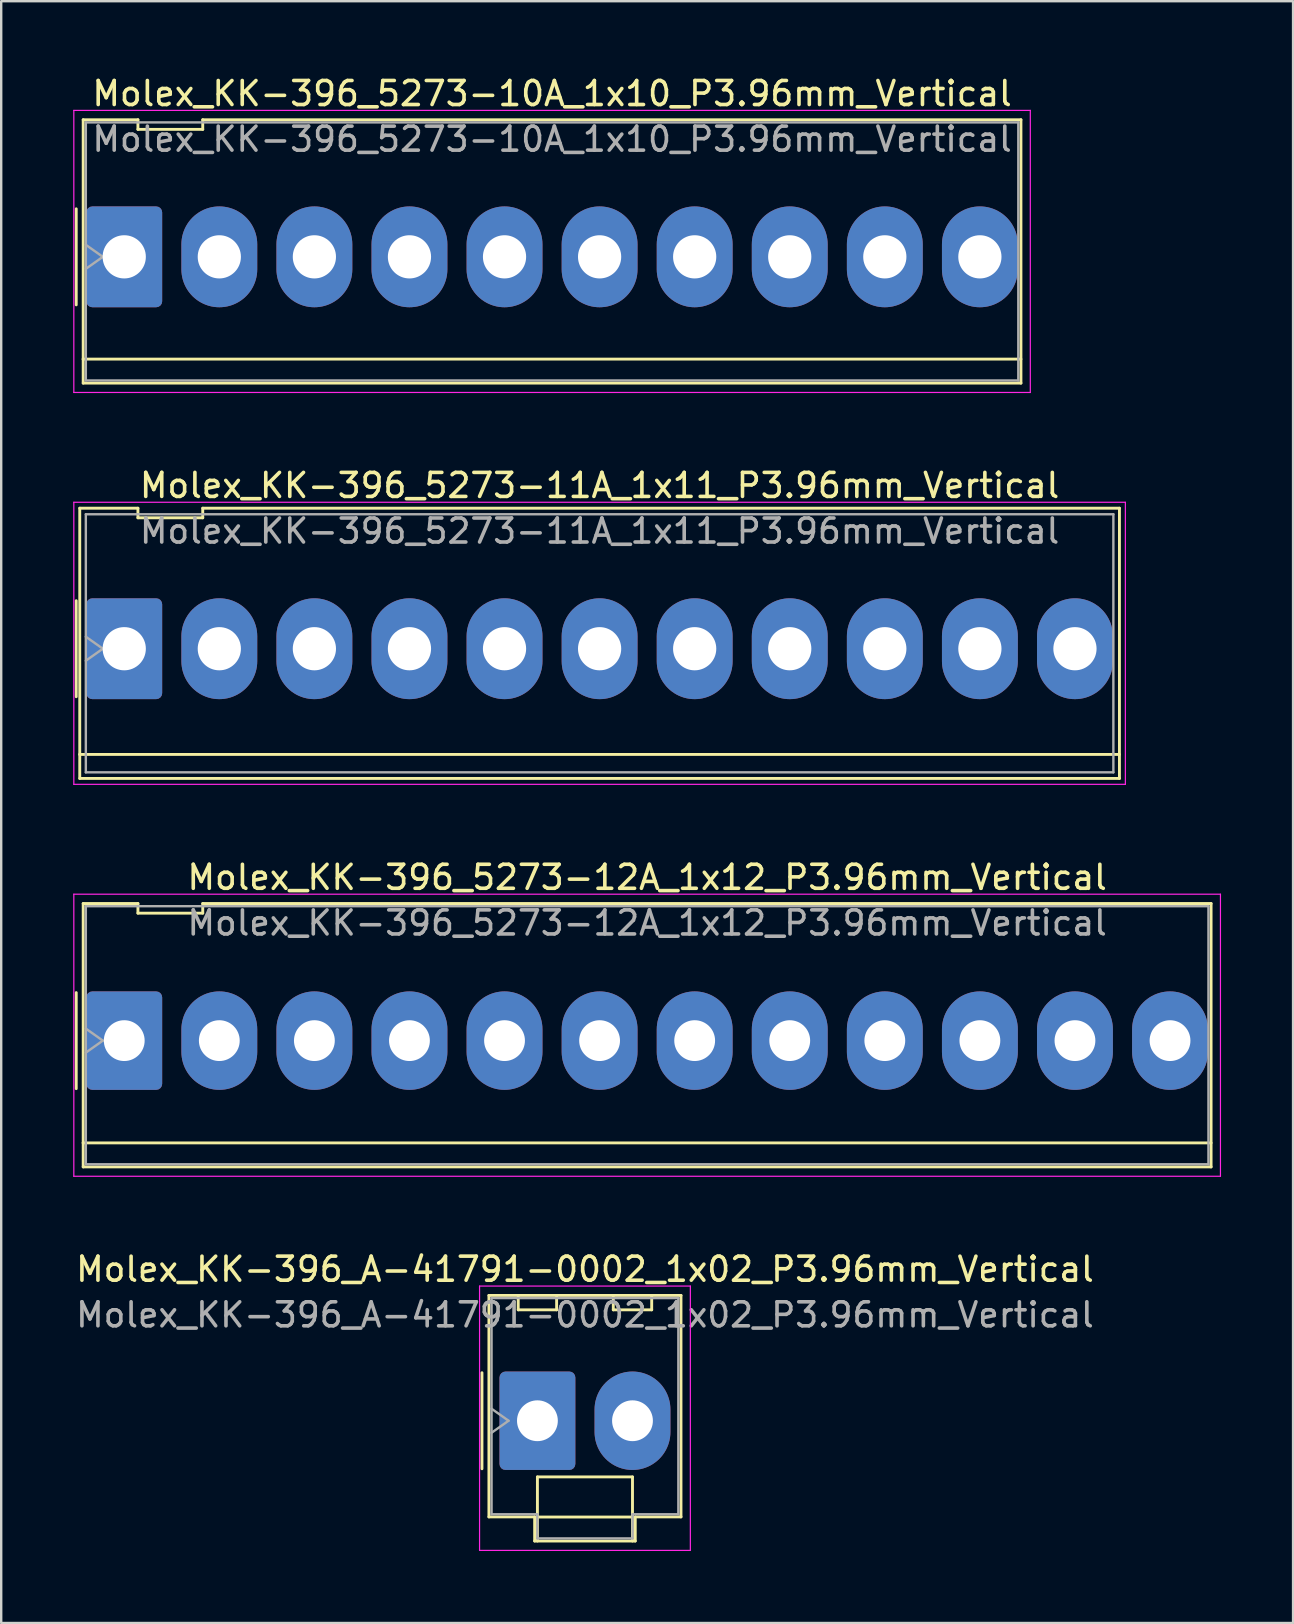
<source format=kicad_pcb>
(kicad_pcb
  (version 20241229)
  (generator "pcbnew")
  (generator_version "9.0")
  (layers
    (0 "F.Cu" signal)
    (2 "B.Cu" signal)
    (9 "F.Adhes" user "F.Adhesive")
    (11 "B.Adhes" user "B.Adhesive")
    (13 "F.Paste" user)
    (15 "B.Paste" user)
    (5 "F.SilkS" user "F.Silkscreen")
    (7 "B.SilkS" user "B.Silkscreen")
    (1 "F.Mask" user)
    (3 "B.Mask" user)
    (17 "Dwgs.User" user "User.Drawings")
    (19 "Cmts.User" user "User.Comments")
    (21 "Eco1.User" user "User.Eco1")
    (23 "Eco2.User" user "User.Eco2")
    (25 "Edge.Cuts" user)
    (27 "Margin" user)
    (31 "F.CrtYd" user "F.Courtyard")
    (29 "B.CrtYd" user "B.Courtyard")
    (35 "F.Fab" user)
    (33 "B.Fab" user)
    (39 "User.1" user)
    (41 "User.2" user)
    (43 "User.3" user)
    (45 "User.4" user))
  (footprint "Molex_KK-396_5273-11A_1x11_P3.96mm_Vertical"
    (layer "F.Cu")
    (at 2.125 23.971)
    (property "Reference" "Molex_KK-396_5273-11A_1x11_P3.96mm_Vertical" (at 19.8 -6.8 0) (layer "F.SilkS") (effects (font (size 1 1) (thickness 0.15))))
    (attr through_hole)
    (fp_line (start -2 -2) (end -2 2) (stroke (width 0.12) (type solid)) (layer "F.SilkS"))
    (fp_line (start -1.853 -5.853) (end 0.57 -5.853) (stroke (width 0.12) (type solid)) (layer "F.SilkS"))
    (fp_line (start -1.853 4.403) (end -1.853 -5.853) (stroke (width 0.12) (type solid)) (layer "F.SilkS"))
    (fp_line (start -1.853 4.403) (end 41.453 4.403) (stroke (width 0.12) (type solid)) (layer "F.SilkS"))
    (fp_line (start -1.853 5.403) (end -1.853 4.403) (stroke (width 0.12) (type solid)) (layer "F.SilkS"))
    (fp_line (start 0.57 -5.853) (end 0.57 -5.453) (stroke (width 0.12) (type solid)) (layer "F.SilkS"))
    (fp_line (start 0.57 -5.453) (end 3.27 -5.453) (stroke (width 0.12) (type solid)) (layer "F.SilkS"))
    (fp_line (start 3.27 -5.853) (end 41.453 -5.853) (stroke (width 0.12) (type solid)) (layer "F.SilkS"))
    (fp_line (start 3.27 -5.453) (end 3.27 -5.853) (stroke (width 0.12) (type solid)) (layer "F.SilkS"))
    (fp_line (start 41.453 -5.853) (end 41.453 5.403) (stroke (width 0.12) (type solid)) (layer "F.SilkS"))
    (fp_line (start 41.453 5.403) (end -1.853 5.403) (stroke (width 0.12) (type solid)) (layer "F.SilkS"))
    (fp_line (start -2.1 -6.1) (end -2.1 5.65) (stroke (width 0.05) (type solid)) (layer "F.CrtYd"))
    (fp_line (start -2.1 5.65) (end 41.7 5.65) (stroke (width 0.05) (type solid)) (layer "F.CrtYd"))
    (fp_line (start 41.7 -6.1) (end -2.1 -6.1) (stroke (width 0.05) (type solid)) (layer "F.CrtYd"))
    (fp_line (start 41.7 5.65) (end 41.7 -6.1) (stroke (width 0.05) (type solid)) (layer "F.CrtYd"))
    (fp_line (start -1.6 -5.6) (end 41.2 -5.6) (stroke (width 0.1) (type solid)) (layer "F.Fab"))
    (fp_line (start -1.6 -0.5) (end -0.893 0) (stroke (width 0.1) (type solid)) (layer "F.Fab"))
    (fp_line (start -1.6 5.15) (end -1.6 -5.6) (stroke (width 0.1) (type solid)) (layer "F.Fab"))
    (fp_line (start -0.893 0) (end -1.6 0.5) (stroke (width 0.1) (type solid)) (layer "F.Fab"))
    (fp_line (start 41.2 -5.6) (end 41.2 5.15) (stroke (width 0.1) (type solid)) (layer "F.Fab"))
    (fp_line (start 41.2 5.15) (end -1.6 5.15) (stroke (width 0.1) (type solid)) (layer "F.Fab"))
    (fp_text user "${REFERENCE}" (at 19.8 -4.9 0) (layer "F.Fab") (effects (font (size 1 1) (thickness 0.15))))
    (pad "1" thru_hole roundrect (at 0 0) (size 3.16 4.2) (drill 1.8) (layers "*.Cu" "*.Mask") (roundrect_rratio 0.079))
    (pad "2" thru_hole oval (at 3.96 0) (size 3.16 4.2) (drill 1.8) (layers "*.Cu" "*.Mask"))
    (pad "3" thru_hole oval (at 7.92 0) (size 3.16 4.2) (drill 1.8) (layers "*.Cu" "*.Mask"))
    (pad "4" thru_hole oval (at 11.88 0) (size 3.16 4.2) (drill 1.8) (layers "*.Cu" "*.Mask"))
    (pad "5" thru_hole oval (at 15.84 0) (size 3.16 4.2) (drill 1.8) (layers "*.Cu" "*.Mask"))
    (pad "6" thru_hole oval (at 19.8 0) (size 3.16 4.2) (drill 1.8) (layers "*.Cu" "*.Mask"))
    (pad "7" thru_hole oval (at 23.76 0) (size 3.16 4.2) (drill 1.8) (layers "*.Cu" "*.Mask"))
    (pad "8" thru_hole oval (at 27.72 0) (size 3.16 4.2) (drill 1.8) (layers "*.Cu" "*.Mask"))
    (pad "9" thru_hole oval (at 31.68 0) (size 3.16 4.2) (drill 1.8) (layers "*.Cu" "*.Mask"))
    (pad "10" thru_hole oval (at 35.64 0) (size 3.16 4.2) (drill 1.8) (layers "*.Cu" "*.Mask"))
    (pad "11" thru_hole oval (at 39.6 0) (size 3.16 4.2) (drill 1.8) (layers "*.Cu" "*.Mask")))
  (footprint "Molex_KK-396_5273-12A_1x12_P3.96mm_Vertical"
    (layer "F.Cu")
    (at 2.125 40.295)
    (property "Reference" "Molex_KK-396_5273-12A_1x12_P3.96mm_Vertical" (at 21.78 -6.8 0) (layer "F.SilkS") (effects (font (size 1 1) (thickness 0.15))))
    (attr through_hole)
    (fp_line (start -2 -2) (end -2 2) (stroke (width 0.12) (type solid)) (layer "F.SilkS"))
    (fp_line (start -1.71 -5.71) (end 0.57 -5.71) (stroke (width 0.12) (type solid)) (layer "F.SilkS"))
    (fp_line (start -1.71 4.26) (end -1.71 -5.71) (stroke (width 0.12) (type solid)) (layer "F.SilkS"))
    (fp_line (start -1.71 4.26) (end 45.27 4.26) (stroke (width 0.12) (type solid)) (layer "F.SilkS"))
    (fp_line (start -1.71 5.26) (end -1.71 4.26) (stroke (width 0.12) (type solid)) (layer "F.SilkS"))
    (fp_line (start 0.57 -5.71) (end 0.57 -5.31) (stroke (width 0.12) (type solid)) (layer "F.SilkS"))
    (fp_line (start 0.57 -5.31) (end 3.27 -5.31) (stroke (width 0.12) (type solid)) (layer "F.SilkS"))
    (fp_line (start 3.27 -5.71) (end 45.27 -5.71) (stroke (width 0.12) (type solid)) (layer "F.SilkS"))
    (fp_line (start 3.27 -5.31) (end 3.27 -5.71) (stroke (width 0.12) (type solid)) (layer "F.SilkS"))
    (fp_line (start 45.27 -5.71) (end 45.27 5.26) (stroke (width 0.12) (type solid)) (layer "F.SilkS"))
    (fp_line (start 45.27 5.26) (end -1.71 5.26) (stroke (width 0.12) (type solid)) (layer "F.SilkS"))
    (fp_line (start -2.1 -6.1) (end -2.1 5.65) (stroke (width 0.05) (type solid)) (layer "F.CrtYd"))
    (fp_line (start -2.1 5.65) (end 45.66 5.65) (stroke (width 0.05) (type solid)) (layer "F.CrtYd"))
    (fp_line (start 45.66 -6.1) (end -2.1 -6.1) (stroke (width 0.05) (type solid)) (layer "F.CrtYd"))
    (fp_line (start 45.66 5.65) (end 45.66 -6.1) (stroke (width 0.05) (type solid)) (layer "F.CrtYd"))
    (fp_line (start -1.6 -5.6) (end 45.16 -5.6) (stroke (width 0.1) (type solid)) (layer "F.Fab"))
    (fp_line (start -1.6 -0.5) (end -0.893 0) (stroke (width 0.1) (type solid)) (layer "F.Fab"))
    (fp_line (start -1.6 5.15) (end -1.6 -5.6) (stroke (width 0.1) (type solid)) (layer "F.Fab"))
    (fp_line (start -0.893 0) (end -1.6 0.5) (stroke (width 0.1) (type solid)) (layer "F.Fab"))
    (fp_line (start 45.16 -5.6) (end 45.16 5.15) (stroke (width 0.1) (type solid)) (layer "F.Fab"))
    (fp_line (start 45.16 5.15) (end -1.6 5.15) (stroke (width 0.1) (type solid)) (layer "F.Fab"))
    (fp_text user "${REFERENCE}" (at 21.78 -4.9 0) (layer "F.Fab") (effects (font (size 1 1) (thickness 0.15))))
    (pad "1" thru_hole roundrect (at 0 0) (size 3.16 4.1) (drill 1.7) (layers "*.Cu" "*.Mask") (roundrect_rratio 0.079))
    (pad "2" thru_hole oval (at 3.96 0) (size 3.16 4.1) (drill 1.7) (layers "*.Cu" "*.Mask"))
    (pad "3" thru_hole oval (at 7.92 0) (size 3.16 4.1) (drill 1.7) (layers "*.Cu" "*.Mask"))
    (pad "4" thru_hole oval (at 11.88 0) (size 3.16 4.1) (drill 1.7) (layers "*.Cu" "*.Mask"))
    (pad "5" thru_hole oval (at 15.84 0) (size 3.16 4.1) (drill 1.7) (layers "*.Cu" "*.Mask"))
    (pad "6" thru_hole oval (at 19.8 0) (size 3.16 4.1) (drill 1.7) (layers "*.Cu" "*.Mask"))
    (pad "7" thru_hole oval (at 23.76 0) (size 3.16 4.1) (drill 1.7) (layers "*.Cu" "*.Mask"))
    (pad "8" thru_hole oval (at 27.72 0) (size 3.16 4.1) (drill 1.7) (layers "*.Cu" "*.Mask"))
    (pad "9" thru_hole oval (at 31.68 0) (size 3.16 4.1) (drill 1.7) (layers "*.Cu" "*.Mask"))
    (pad "10" thru_hole oval (at 35.64 0) (size 3.16 4.1) (drill 1.7) (layers "*.Cu" "*.Mask"))
    (pad "11" thru_hole oval (at 39.6 0) (size 3.16 4.1) (drill 1.7) (layers "*.Cu" "*.Mask"))
    (pad "12" thru_hole oval (at 43.56 0) (size 3.16 4.1) (drill 1.7) (layers "*.Cu" "*.Mask")))
  (footprint "Molex_KK-396_A-41791-0002_1x02_P3.96mm_Vertical"
    (layer "F.Cu")
    (at 19.335 56.128)
    (property "Reference" "Molex_KK-396_A-41791-0002_1x02_P3.96mm_Vertical" (at 1.98 -6.31 0) (layer "F.SilkS") (effects (font (size 1 1) (thickness 0.15))))
    (attr through_hole)
    (fp_line (start -2.31 -2) (end -2.31 2) (stroke (width 0.12) (type solid)) (layer "F.SilkS"))
    (fp_line (start -2.02 -5.22) (end 5.98 -5.22) (stroke (width 0.12) (type solid)) (layer "F.SilkS"))
    (fp_line (start -2.02 4.005) (end -2.02 -5.22) (stroke (width 0.12) (type solid)) (layer "F.SilkS"))
    (fp_line (start -0.8 -5.22) (end -0.8 -4.62) (stroke (width 0.12) (type solid)) (layer "F.SilkS"))
    (fp_line (start -0.8 -4.62) (end 0.8 -4.62) (stroke (width 0.12) (type solid)) (layer "F.SilkS"))
    (fp_line (start -0.115 4.005) (end -2.02 4.005) (stroke (width 0.12) (type solid)) (layer "F.SilkS"))
    (fp_line (start -0.115 5.01) (end -0.115 4.005) (stroke (width 0.12) (type solid)) (layer "F.SilkS"))
    (fp_line (start 0 2.34) (end 3.96 2.34) (stroke (width 0.12) (type solid)) (layer "F.SilkS"))
    (fp_line (start 0 4.01) (end 0 2.34) (stroke (width 0.12) (type solid)) (layer "F.SilkS"))
    (fp_line (start 0 4.01) (end 3.96 4.01) (stroke (width 0.12) (type solid)) (layer "F.SilkS"))
    (fp_line (start 0 5.01) (end 0 4.01) (stroke (width 0.12) (type solid)) (layer "F.SilkS"))
    (fp_line (start 0.8 -4.62) (end 0.8 -5.22) (stroke (width 0.12) (type solid)) (layer "F.SilkS"))
    (fp_line (start 3.16 -5.22) (end 3.16 -4.62) (stroke (width 0.12) (type solid)) (layer "F.SilkS"))
    (fp_line (start 3.16 -4.62) (end 4.76 -4.62) (stroke (width 0.12) (type solid)) (layer "F.SilkS"))
    (fp_line (start 3.96 2.34) (end 3.96 4.01) (stroke (width 0.12) (type solid)) (layer "F.SilkS"))
    (fp_line (start 3.96 4.01) (end 3.96 5.01) (stroke (width 0.12) (type solid)) (layer "F.SilkS"))
    (fp_line (start 4.075 4.005) (end 4.075 5.01) (stroke (width 0.12) (type solid)) (layer "F.SilkS"))
    (fp_line (start 4.075 5.01) (end -0.115 5.01) (stroke (width 0.12) (type solid)) (layer "F.SilkS"))
    (fp_line (start 4.76 -4.62) (end 4.76 -5.22) (stroke (width 0.12) (type solid)) (layer "F.SilkS"))
    (fp_line (start 5.98 -5.22) (end 5.98 4.005) (stroke (width 0.12) (type solid)) (layer "F.SilkS"))
    (fp_line (start 5.98 4.005) (end 4.075 4.005) (stroke (width 0.12) (type solid)) (layer "F.SilkS"))
    (fp_line (start -2.41 -5.61) (end -2.41 5.4) (stroke (width 0.05) (type solid)) (layer "F.CrtYd"))
    (fp_line (start -2.41 5.4) (end 6.37 5.4) (stroke (width 0.05) (type solid)) (layer "F.CrtYd"))
    (fp_line (start 6.37 -5.61) (end -2.41 -5.61) (stroke (width 0.05) (type solid)) (layer "F.CrtYd"))
    (fp_line (start 6.37 5.4) (end 6.37 -5.61) (stroke (width 0.05) (type solid)) (layer "F.CrtYd"))
    (fp_line (start -1.91 -5.11) (end 5.87 -5.11) (stroke (width 0.1) (type solid)) (layer "F.Fab"))
    (fp_line (start -1.91 -0.5) (end -1.203 0) (stroke (width 0.1) (type solid)) (layer "F.Fab"))
    (fp_line (start -1.91 3.895) (end -1.91 -5.11) (stroke (width 0.1) (type solid)) (layer "F.Fab"))
    (fp_line (start -1.203 0) (end -1.91 0.5) (stroke (width 0.1) (type solid)) (layer "F.Fab"))
    (fp_line (start -0.005 3.895) (end -1.91 3.895) (stroke (width 0.1) (type solid)) (layer "F.Fab"))
    (fp_line (start -0.005 4.9) (end -0.005 3.895) (stroke (width 0.1) (type solid)) (layer "F.Fab"))
    (fp_line (start 3.965 3.895) (end 3.965 4.9) (stroke (width 0.1) (type solid)) (layer "F.Fab"))
    (fp_line (start 3.965 4.9) (end -0.005 4.9) (stroke (width 0.1) (type solid)) (layer "F.Fab"))
    (fp_line (start 5.87 -5.11) (end 5.87 3.895) (stroke (width 0.1) (type solid)) (layer "F.Fab"))
    (fp_line (start 5.87 3.895) (end 3.965 3.895) (stroke (width 0.1) (type solid)) (layer "F.Fab"))
    (fp_text user "${REFERENCE}" (at 1.98 -4.41 0) (layer "F.Fab") (effects (font (size 1 1) (thickness 0.15))))
    (pad "1" thru_hole roundrect (at 0 0) (size 3.16 4.1) (drill 1.7) (layers "*.Cu" "*.Mask") (roundrect_rratio 0.079))
    (pad "2" thru_hole oval (at 3.96 0) (size 3.16 4.1) (drill 1.7) (layers "*.Cu" "*.Mask")))
  (footprint "Molex_KK-396_5273-10A_1x10_P3.96mm_Vertical"
    (layer "F.Cu")
    (at 2.125 7.648)
    (property "Reference" "Molex_KK-396_5273-10A_1x10_P3.96mm_Vertical" (at 17.82 -6.8 0) (layer "F.SilkS") (effects (font (size 1 1) (thickness 0.15))))
    (attr through_hole)
    (fp_line (start -2 -2) (end -2 2) (stroke (width 0.12) (type solid)) (layer "F.SilkS"))
    (fp_line (start -1.71 -5.71) (end 0.57 -5.71) (stroke (width 0.12) (type solid)) (layer "F.SilkS"))
    (fp_line (start -1.71 4.26) (end -1.71 -5.71) (stroke (width 0.12) (type solid)) (layer "F.SilkS"))
    (fp_line (start -1.71 4.26) (end 37.35 4.26) (stroke (width 0.12) (type solid)) (layer "F.SilkS"))
    (fp_line (start -1.71 5.26) (end -1.71 4.26) (stroke (width 0.12) (type solid)) (layer "F.SilkS"))
    (fp_line (start 0.57 -5.71) (end 0.57 -5.31) (stroke (width 0.12) (type solid)) (layer "F.SilkS"))
    (fp_line (start 0.57 -5.31) (end 3.27 -5.31) (stroke (width 0.12) (type solid)) (layer "F.SilkS"))
    (fp_line (start 3.27 -5.71) (end 37.35 -5.71) (stroke (width 0.12) (type solid)) (layer "F.SilkS"))
    (fp_line (start 3.27 -5.31) (end 3.27 -5.71) (stroke (width 0.12) (type solid)) (layer "F.SilkS"))
    (fp_line (start 37.35 -5.71) (end 37.35 5.26) (stroke (width 0.12) (type solid)) (layer "F.SilkS"))
    (fp_line (start 37.35 5.26) (end -1.71 5.26) (stroke (width 0.12) (type solid)) (layer "F.SilkS"))
    (fp_line (start -2.1 -6.1) (end -2.1 5.65) (stroke (width 0.05) (type solid)) (layer "F.CrtYd"))
    (fp_line (start -2.1 5.65) (end 37.74 5.65) (stroke (width 0.05) (type solid)) (layer "F.CrtYd"))
    (fp_line (start 37.74 -6.1) (end -2.1 -6.1) (stroke (width 0.05) (type solid)) (layer "F.CrtYd"))
    (fp_line (start 37.74 5.65) (end 37.74 -6.1) (stroke (width 0.05) (type solid)) (layer "F.CrtYd"))
    (fp_line (start -1.6 -5.6) (end 37.24 -5.6) (stroke (width 0.1) (type solid)) (layer "F.Fab"))
    (fp_line (start -1.6 -0.5) (end -0.893 0) (stroke (width 0.1) (type solid)) (layer "F.Fab"))
    (fp_line (start -1.6 5.15) (end -1.6 -5.6) (stroke (width 0.1) (type solid)) (layer "F.Fab"))
    (fp_line (start -0.893 0) (end -1.6 0.5) (stroke (width 0.1) (type solid)) (layer "F.Fab"))
    (fp_line (start 37.24 -5.6) (end 37.24 5.15) (stroke (width 0.1) (type solid)) (layer "F.Fab"))
    (fp_line (start 37.24 5.15) (end -1.6 5.15) (stroke (width 0.1) (type solid)) (layer "F.Fab"))
    (fp_text user "${REFERENCE}" (at 17.82 -4.9 0) (layer "F.Fab") (effects (font (size 1 1) (thickness 0.15))))
    (pad "1" thru_hole roundrect (at 0 0) (size 3.16 4.2) (drill 1.8) (layers "*.Cu" "*.Mask") (roundrect_rratio 0.079))
    (pad "2" thru_hole oval (at 3.96 0) (size 3.16 4.2) (drill 1.8) (layers "*.Cu" "*.Mask"))
    (pad "3" thru_hole oval (at 7.92 0) (size 3.16 4.2) (drill 1.8) (layers "*.Cu" "*.Mask"))
    (pad "4" thru_hole oval (at 11.88 0) (size 3.16 4.2) (drill 1.8) (layers "*.Cu" "*.Mask"))
    (pad "5" thru_hole oval (at 15.84 0) (size 3.16 4.2) (drill 1.8) (layers "*.Cu" "*.Mask"))
    (pad "6" thru_hole oval (at 19.8 0) (size 3.16 4.2) (drill 1.8) (layers "*.Cu" "*.Mask"))
    (pad "7" thru_hole oval (at 23.76 0) (size 3.16 4.2) (drill 1.8) (layers "*.Cu" "*.Mask"))
    (pad "8" thru_hole oval (at 27.72 0) (size 3.16 4.2) (drill 1.8) (layers "*.Cu" "*.Mask"))
    (pad "9" thru_hole oval (at 31.68 0) (size 3.16 4.2) (drill 1.8) (layers "*.Cu" "*.Mask"))
    (pad "10" thru_hole oval (at 35.64 0) (size 3.16 4.2) (drill 1.8) (layers "*.Cu" "*.Mask")))
  (gr_rect
    (start -3 -3)
    (end 50.81 64.553)
    (stroke (width 0.1) (type default))
    (fill no)
    (layer "Edge.Cuts")))
</source>
